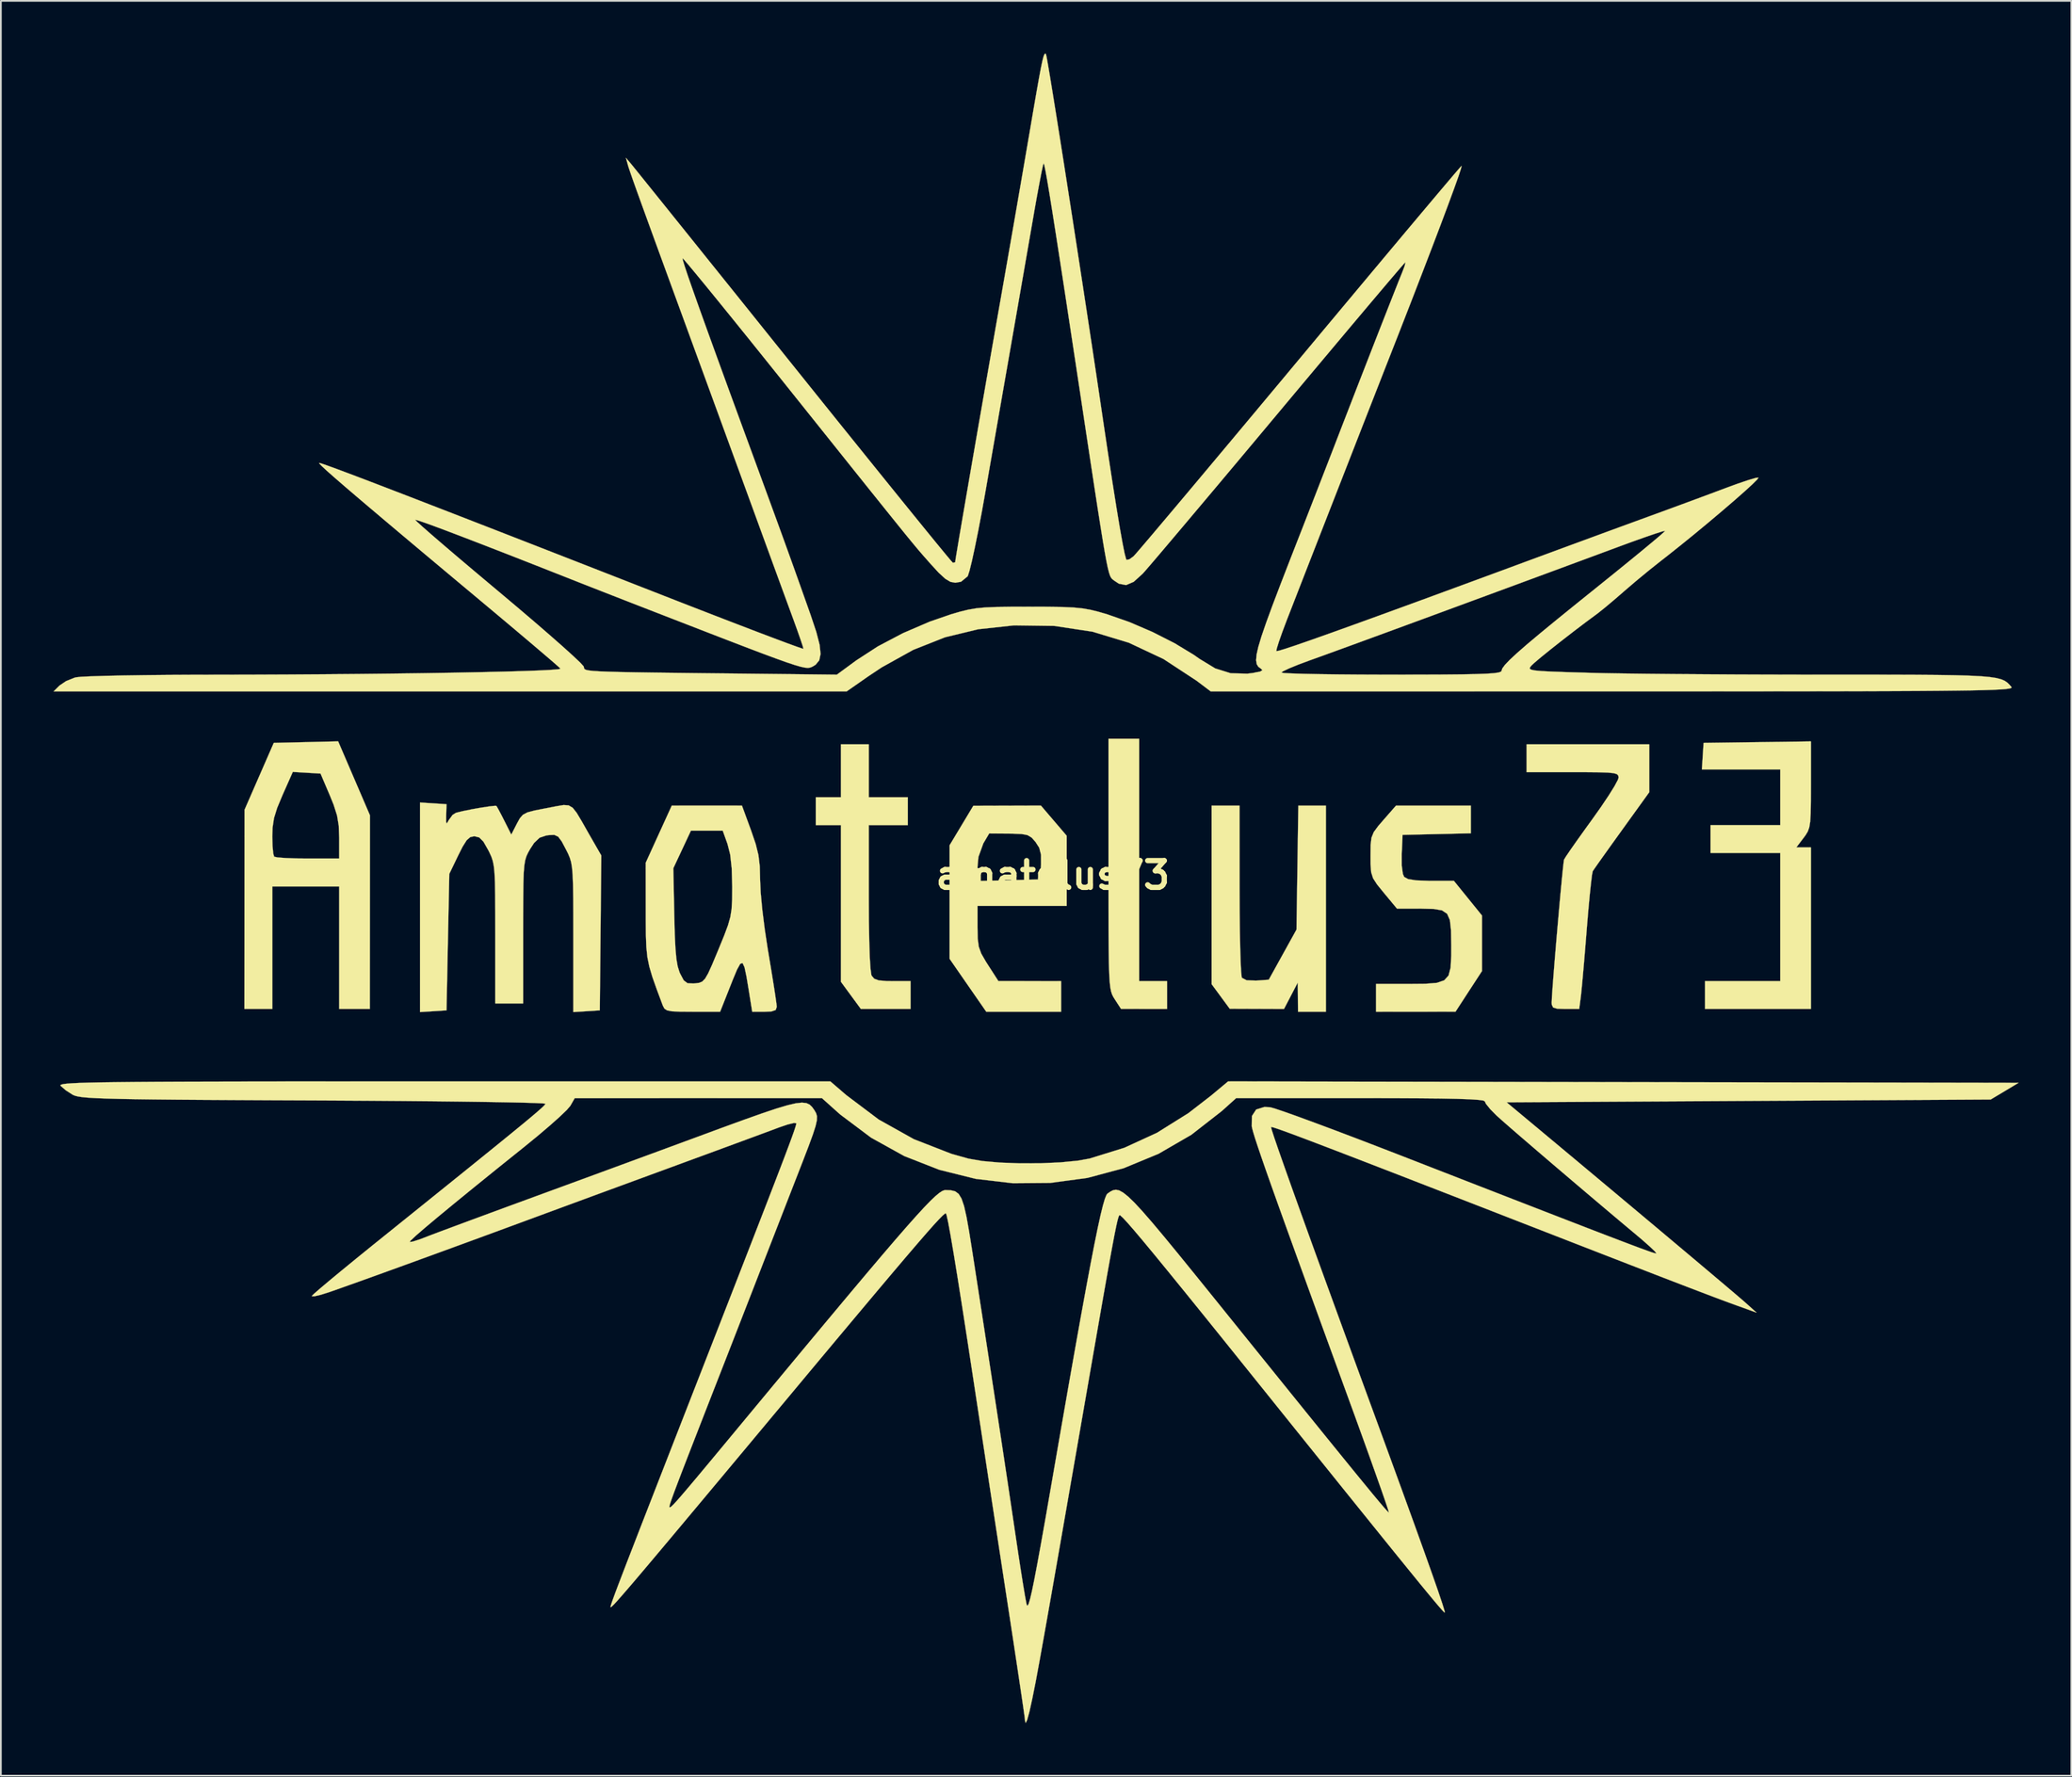
<source format=kicad_pcb>
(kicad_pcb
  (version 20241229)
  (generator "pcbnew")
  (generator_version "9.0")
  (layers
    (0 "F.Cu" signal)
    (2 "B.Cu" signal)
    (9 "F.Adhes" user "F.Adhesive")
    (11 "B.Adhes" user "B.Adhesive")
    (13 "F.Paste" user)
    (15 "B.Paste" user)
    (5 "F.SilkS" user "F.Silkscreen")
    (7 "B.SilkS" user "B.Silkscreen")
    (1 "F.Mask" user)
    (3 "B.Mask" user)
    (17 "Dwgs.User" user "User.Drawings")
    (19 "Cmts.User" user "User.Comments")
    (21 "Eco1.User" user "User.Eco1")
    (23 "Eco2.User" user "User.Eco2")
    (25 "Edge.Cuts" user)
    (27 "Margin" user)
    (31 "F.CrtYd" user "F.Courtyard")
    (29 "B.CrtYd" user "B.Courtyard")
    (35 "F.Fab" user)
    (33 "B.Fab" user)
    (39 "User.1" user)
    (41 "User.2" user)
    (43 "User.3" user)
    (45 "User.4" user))
  (footprint "amatelus73"
    (layer "F.Cu")
    (at 56.908 46.824)
    (property "Reference" "amatelus73" (at 0 0 0) (layer "F.SilkS") (effects (font (size 1.524 1.524) (thickness 0.3))))
    (attr through_hole)
    (fp_poly (pts (xy 4.921 6.032) (xy 6.509 6.032) (xy 6.509 7.62) (xy 5.199 7.618) (xy 3.889 7.616) (xy 3.532 7.065) (xy 3.448 6.93) (xy 3.378 6.789) (xy 3.321 6.614) (xy 3.276 6.376) (xy 3.241 6.043) (xy 3.215 5.588) (xy 3.197 4.981) (xy 3.186 4.192) (xy 3.179 3.191) (xy 3.176 1.951) (xy 3.175 0.44) (xy 3.175 -0.633) (xy 3.175 -7.779) (xy 4.921 -7.779) (xy 4.921 6.032)) (stroke (width 0.01) (type solid)) (fill yes) (layer "F.SilkS"))
    (fp_poly (pts (xy 43.18 -5.152) (xy 43.178 -4.213) (xy 43.167 -3.535) (xy 43.14 -3.059) (xy 43.087 -2.731) (xy 43.002 -2.491) (xy 42.877 -2.285) (xy 42.764 -2.133) (xy 42.349 -1.587) (xy 43.18 -1.587) (xy 43.18 7.62) (xy 37.148 7.62) (xy 37.148 6.032) (xy 41.434 6.032) (xy 41.434 -1.27) (xy 37.465 -1.27) (xy 37.465 -2.857) (xy 41.434 -2.857) (xy 41.434 -6.032) (xy 36.971 -6.032) (xy 37.02 -6.787) (xy 37.068 -7.541) (xy 40.124 -7.584) (xy 43.18 -7.627) (xy 43.18 -5.152)) (stroke (width 0.01) (type solid)) (fill yes) (layer "F.SilkS"))
    (fp_poly (pts (xy -10.477 -4.445) (xy -8.255 -4.445) (xy -8.255 -2.857) (xy -10.477 -2.857) (xy -10.477 1.28) (xy -10.471 2.615) (xy -10.452 3.748) (xy -10.423 4.652) (xy -10.382 5.301) (xy -10.333 5.668) (xy -10.313 5.725) (xy -10.167 5.897) (xy -9.908 5.992) (xy -9.455 6.029) (xy -9.123 6.032) (xy -8.096 6.032) (xy -8.096 7.62) (xy -10.927 7.62) (xy -11.496 6.845) (xy -12.065 6.069) (xy -12.065 -2.857) (xy -13.494 -2.857) (xy -13.494 -4.445) (xy -12.065 -4.445) (xy -12.065 -7.461) (xy -10.477 -7.461) (xy -10.477 -4.445)) (stroke (width 0.01) (type solid)) (fill yes) (layer "F.SilkS"))
    (fp_poly (pts (xy 10.639 0.833) (xy 10.644 2.044) (xy 10.656 3.156) (xy 10.675 4.129) (xy 10.7 4.922) (xy 10.729 5.494) (xy 10.761 5.805) (xy 10.773 5.844) (xy 11.041 5.984) (xy 11.57 6.005) (xy 11.604 6.003) (xy 12.303 5.953) (xy 13.883 3.096) (xy 13.935 -0.437) (xy 13.987 -3.969) (xy 15.557 -3.969) (xy 15.557 7.779) (xy 13.97 7.779) (xy 13.963 6.945) (xy 13.955 6.112) (xy 13.563 6.866) (xy 13.17 7.62) (xy 11.625 7.614) (xy 10.081 7.608) (xy 9.565 6.906) (xy 9.049 6.205) (xy 9.049 -3.969) (xy 10.636 -3.969) (xy 10.639 0.833)) (stroke (width 0.01) (type solid)) (fill yes) (layer "F.SilkS"))
    (fp_poly (pts (xy -38.887 -3.413) (xy -38.89 2.103) (xy -38.894 7.62) (xy -40.64 7.62) (xy -40.64 0.635) (xy -44.45 0.635) (xy -44.45 7.62) (xy -46.038 7.62) (xy -46.034 1.945) (xy -46.031 -2.209) (xy -44.451 -2.209) (xy -44.436 -1.66) (xy -44.396 -1.244) (xy -44.344 -1.058) (xy -44.152 -1.016) (xy -43.71 -0.982) (xy -43.087 -0.959) (xy -42.439 -0.953) (xy -40.64 -0.953) (xy -40.64 -2.128) (xy -40.665 -2.82) (xy -40.76 -3.403) (xy -40.957 -4.021) (xy -41.171 -4.549) (xy -41.702 -5.794) (xy -42.492 -5.841) (xy -43.282 -5.888) (xy -43.867 -4.571) (xy -44.173 -3.837) (xy -44.352 -3.258) (xy -44.435 -2.715) (xy -44.451 -2.209) (xy -46.031 -2.209) (xy -46.03 -3.731) (xy -45.198 -5.636) (xy -44.366 -7.541) (xy -42.533 -7.585) (xy -40.699 -7.63) (xy -38.887 -3.413)) (stroke (width 0.01) (type solid)) (fill yes) (layer "F.SilkS"))
    (fp_poly (pts (xy 0.06 -3.11) (xy 0.794 -2.251) (xy 0.794 1.746) (xy -4.286 1.746) (xy -4.286 2.964) (xy -4.274 3.613) (xy -4.214 4.07) (xy -4.072 4.463) (xy -3.812 4.916) (xy -3.691 5.106) (xy -3.096 6.03) (xy -1.31 6.031) (xy 0.476 6.032) (xy 0.476 7.779) (xy -3.785 7.779) (xy -4.83 6.271) (xy -5.874 4.763) (xy -5.874 -0.462) (xy -4.286 -0.462) (xy -4.286 0.328) (xy -2.5 0.283) (xy -0.714 0.238) (xy -0.666 -0.6) (xy -0.667 -1.17) (xy -0.771 -1.57) (xy -0.984 -1.901) (xy -1.2 -2.144) (xy -1.429 -2.283) (xy -1.765 -2.349) (xy -2.3 -2.371) (xy -2.485 -2.372) (xy -3.62 -2.381) (xy -3.953 -1.817) (xy -4.234 -1.042) (xy -4.286 -0.462) (xy -5.874 -0.462) (xy -5.874 -1.71) (xy -5.199 -2.834) (xy -4.524 -3.957) (xy -2.599 -3.963) (xy -0.674 -3.969) (xy 0.06 -3.11)) (stroke (width 0.01) (type solid)) (fill yes) (layer "F.SilkS"))
    (fp_poly (pts (xy 23.812 -2.391) (xy 21.868 -2.346) (xy 19.923 -2.302) (xy 19.876 -1.216) (xy 19.877 -0.546) (xy 19.941 -0.076) (xy 20.014 0.094) (xy 20.24 0.219) (xy 20.692 0.291) (xy 21.411 0.317) (xy 21.523 0.318) (xy 22.846 0.318) (xy 23.647 1.307) (xy 24.448 2.297) (xy 24.448 5.456) (xy 23.693 6.615) (xy 22.939 7.775) (xy 20.677 7.777) (xy 18.415 7.779) (xy 18.415 6.191) (xy 20.311 6.191) (xy 21.228 6.183) (xy 21.874 6.13) (xy 22.296 5.988) (xy 22.543 5.712) (xy 22.66 5.261) (xy 22.695 4.589) (xy 22.696 3.973) (xy 22.682 3.131) (xy 22.619 2.555) (xy 22.462 2.195) (xy 22.169 2) (xy 21.697 1.92) (xy 21.003 1.903) (xy 20.937 1.903) (xy 19.606 1.901) (xy 18.852 0.993) (xy 18.469 0.521) (xy 18.244 0.172) (xy 18.135 -0.172) (xy 18.1 -0.628) (xy 18.098 -1.11) (xy 18.104 -1.726) (xy 18.152 -2.137) (xy 18.282 -2.458) (xy 18.534 -2.801) (xy 18.824 -3.138) (xy 19.551 -3.969) (xy 23.812 -3.969) (xy 23.812 -2.391)) (stroke (width 0.01) (type solid)) (fill yes) (layer "F.SilkS"))
    (fp_poly (pts (xy 33.972 -4.73) (xy 32.411 -2.563) (xy 31.887 -1.834) (xy 31.426 -1.189) (xy 31.061 -0.676) (xy 30.826 -0.339) (xy 30.755 -0.232) (xy 30.714 -0.029) (xy 30.656 0.439) (xy 30.584 1.123) (xy 30.505 1.971) (xy 30.424 2.933) (xy 30.411 3.102) (xy 30.329 4.121) (xy 30.249 5.074) (xy 30.176 5.901) (xy 30.116 6.54) (xy 30.075 6.928) (xy 30.072 6.945) (xy 29.984 7.62) (xy 29.2 7.62) (xy 28.732 7.606) (xy 28.5 7.537) (xy 28.422 7.376) (xy 28.416 7.248) (xy 28.43 6.954) (xy 28.466 6.414) (xy 28.522 5.681) (xy 28.592 4.808) (xy 28.672 3.847) (xy 28.758 2.852) (xy 28.844 1.875) (xy 28.926 0.969) (xy 29 0.187) (xy 29.061 -0.418) (xy 29.104 -0.794) (xy 29.12 -0.89) (xy 29.231 -1.072) (xy 29.496 -1.463) (xy 29.884 -2.015) (xy 30.36 -2.681) (xy 30.704 -3.156) (xy 31.219 -3.882) (xy 31.659 -4.538) (xy 31.993 -5.074) (xy 32.189 -5.44) (xy 32.226 -5.56) (xy 32.211 -5.676) (xy 32.135 -5.759) (xy 31.954 -5.815) (xy 31.622 -5.849) (xy 31.094 -5.866) (xy 30.326 -5.873) (xy 29.607 -5.874) (xy 26.988 -5.874) (xy 26.988 -7.461) (xy 33.972 -7.461) (xy 33.972 -4.73)) (stroke (width 0.01) (type solid)) (fill yes) (layer "F.SilkS"))
    (fp_poly (pts (xy -19.699 -3.968) (xy -17.701 -3.967) (xy -17.185 -2.561) (xy -16.919 -1.784) (xy -16.762 -1.149) (xy -16.686 -0.512) (xy -16.667 0.256) (xy -16.634 0.994) (xy -16.543 1.96) (xy -16.404 3.071) (xy -16.226 4.246) (xy -16.192 4.445) (xy -16.039 5.363) (xy -15.906 6.185) (xy -15.802 6.855) (xy -15.737 7.316) (xy -15.718 7.501) (xy -15.781 7.679) (xy -16.022 7.761) (xy -16.416 7.779) (xy -17.116 7.779) (xy -17.3 6.628) (xy -17.44 5.784) (xy -17.554 5.245) (xy -17.666 5.002) (xy -17.799 5.046) (xy -17.978 5.368) (xy -18.225 5.96) (xy -18.334 6.236) (xy -18.945 7.779) (xy -20.509 7.779) (xy -21.228 7.774) (xy -21.693 7.752) (xy -21.968 7.698) (xy -22.116 7.599) (xy -22.2 7.443) (xy -22.209 7.422) (xy -22.552 6.504) (xy -22.803 5.794) (xy -22.976 5.21) (xy -23.086 4.672) (xy -23.146 4.098) (xy -23.172 3.407) (xy -23.179 2.518) (xy -23.179 2.015) (xy -23.181 -0.399) (xy -21.61 -0.399) (xy -21.555 2.301) (xy -21.528 3.369) (xy -21.489 4.172) (xy -21.436 4.763) (xy -21.361 5.194) (xy -21.26 5.518) (xy -21.222 5.605) (xy -21.017 5.989) (xy -20.804 6.151) (xy -20.468 6.168) (xy -20.38 6.161) (xy -20.146 6.132) (xy -19.965 6.061) (xy -19.804 5.898) (xy -19.628 5.596) (xy -19.405 5.106) (xy -19.101 4.38) (xy -19.037 4.225) (xy -18.715 3.439) (xy -18.497 2.854) (xy -18.362 2.379) (xy -18.29 1.923) (xy -18.261 1.394) (xy -18.255 0.703) (xy -18.255 0.653) (xy -18.283 -0.391) (xy -18.371 -1.184) (xy -18.525 -1.786) (xy -18.795 -2.54) (xy -20.608 -2.54) (xy -21.109 -1.469) (xy -21.61 -0.399) (xy -23.181 -0.399) (xy -23.181 -0.714) (xy -22.439 -2.342) (xy -21.697 -3.969) (xy -19.699 -3.968)) (stroke (width 0.01) (type solid)) (fill yes) (layer "F.SilkS"))
    (fp_poly (pts (xy -35.282 -4.097) (xy -34.528 -4.048) (xy -34.547 -3.413) (xy -34.549 -3.037) (xy -34.512 -2.944) (xy -34.42 -3.101) (xy -34.405 -3.132) (xy -34.182 -3.438) (xy -33.989 -3.559) (xy -33.601 -3.654) (xy -33.091 -3.758) (xy -32.552 -3.853) (xy -32.078 -3.925) (xy -31.761 -3.958) (xy -31.685 -3.951) (xy -31.589 -3.786) (xy -31.399 -3.427) (xy -31.234 -3.103) (xy -30.838 -2.316) (xy -30.517 -2.944) (xy -30.35 -3.247) (xy -30.176 -3.446) (xy -29.92 -3.582) (xy -29.506 -3.692) (xy -28.859 -3.818) (xy -28.817 -3.825) (xy -28.253 -3.936) (xy -27.856 -4.001) (xy -27.572 -3.982) (xy -27.342 -3.846) (xy -27.113 -3.556) (xy -26.826 -3.076) (xy -26.428 -2.372) (xy -26.369 -2.27) (xy -25.712 -1.127) (xy -25.797 7.699) (xy -26.551 7.748) (xy -27.305 7.796) (xy -27.305 3.575) (xy -27.306 2.308) (xy -27.31 1.316) (xy -27.321 0.556) (xy -27.343 -0.012) (xy -27.378 -0.431) (xy -27.43 -0.744) (xy -27.503 -0.993) (xy -27.598 -1.22) (xy -27.699 -1.423) (xy -27.964 -1.925) (xy -28.167 -2.198) (xy -28.385 -2.3) (xy -28.696 -2.288) (xy -28.848 -2.266) (xy -29.228 -2.139) (xy -29.54 -1.841) (xy -29.761 -1.502) (xy -29.883 -1.287) (xy -29.978 -1.083) (xy -30.048 -0.847) (xy -30.098 -0.538) (xy -30.131 -0.113) (xy -30.15 0.471) (xy -30.159 1.255) (xy -30.162 2.283) (xy -30.163 3.243) (xy -30.163 7.303) (xy -31.75 7.303) (xy -31.75 3.328) (xy -31.751 2.103) (xy -31.756 1.15) (xy -31.768 0.427) (xy -31.792 -0.111) (xy -31.831 -0.507) (xy -31.889 -0.806) (xy -31.97 -1.052) (xy -32.077 -1.288) (xy -32.15 -1.434) (xy -32.424 -1.913) (xy -32.663 -2.154) (xy -32.932 -2.222) (xy -32.942 -2.223) (xy -33.171 -2.176) (xy -33.377 -1.999) (xy -33.609 -1.632) (xy -33.852 -1.151) (xy -34.369 -0.079) (xy -34.449 3.81) (xy -34.528 7.699) (xy -35.282 7.748) (xy -36.036 7.796) (xy -36.036 -4.145) (xy -35.282 -4.097)) (stroke (width 0.01) (type solid)) (fill yes) (layer "F.SilkS"))
    (fp_poly (pts (xy 32.498 11.787) (xy 55.007 11.827) (xy 53.419 12.779) (xy 25.849 12.938) (xy 27.658 14.446) (xy 28.983 15.552) (xy 30.328 16.676) (xy 31.669 17.798) (xy 32.982 18.898) (xy 34.241 19.953) (xy 35.421 20.945) (xy 36.499 21.851) (xy 37.449 22.652) (xy 38.247 23.326) (xy 38.868 23.853) (xy 39.288 24.212) (xy 39.449 24.353) (xy 40.084 24.922) (xy 38.814 24.464) (xy 38.339 24.29) (xy 37.7 24.05) (xy 36.883 23.74) (xy 35.87 23.352) (xy 34.644 22.88) (xy 33.19 22.317) (xy 31.491 21.658) (xy 29.531 20.896) (xy 27.292 20.024) (xy 27.146 19.968) (xy 24.667 19.002) (xy 22.468 18.147) (xy 20.534 17.396) (xy 18.851 16.743) (xy 17.402 16.183) (xy 16.174 15.71) (xy 15.149 15.318) (xy 14.315 15.001) (xy 13.654 14.753) (xy 13.153 14.57) (xy 12.795 14.444) (xy 12.567 14.37) (xy 12.452 14.342) (xy 12.431 14.344) (xy 12.471 14.506) (xy 12.616 14.954) (xy 12.863 15.674) (xy 13.208 16.656) (xy 13.645 17.886) (xy 14.171 19.352) (xy 14.78 21.042) (xy 15.47 22.944) (xy 16.235 25.045) (xy 17.07 27.334) (xy 17.972 29.797) (xy 18.252 30.559) (xy 19.139 32.982) (xy 19.919 35.122) (xy 20.591 36.976) (xy 21.155 38.544) (xy 21.609 39.822) (xy 21.954 40.81) (xy 22.188 41.506) (xy 22.311 41.908) (xy 22.33 42.017) (xy 22.289 41.991) (xy 22.183 41.881) (xy 22.002 41.675) (xy 21.736 41.361) (xy 21.376 40.927) (xy 20.91 40.361) (xy 20.331 39.649) (xy 19.627 38.782) (xy 18.789 37.745) (xy 17.807 36.527) (xy 16.67 35.116) (xy 15.37 33.499) (xy 13.896 31.665) (xy 12.239 29.601) (xy 11.351 28.496) (xy 9.882 26.667) (xy 8.6 25.075) (xy 7.494 23.708) (xy 6.555 22.553) (xy 5.773 21.597) (xy 5.137 20.829) (xy 4.637 20.237) (xy 4.264 19.808) (xy 4.007 19.53) (xy 3.856 19.39) (xy 3.811 19.367) (xy 3.778 19.396) (xy 3.737 19.497) (xy 3.683 19.695) (xy 3.612 20.011) (xy 3.519 20.469) (xy 3.401 21.092) (xy 3.252 21.904) (xy 3.069 22.928) (xy 2.847 24.186) (xy 2.582 25.702) (xy 2.269 27.499) (xy 2.137 28.258) (xy 1.718 30.671) (xy 1.348 32.799) (xy 1.023 34.665) (xy 0.739 36.298) (xy 0.491 37.722) (xy 0.274 38.965) (xy 0.084 40.052) (xy -0.084 41.01) (xy -0.235 41.864) (xy -0.372 42.641) (xy -0.501 43.368) (xy -0.627 44.07) (xy -0.738 44.688) (xy -0.968 45.934) (xy -1.167 46.931) (xy -1.33 47.667) (xy -1.456 48.128) (xy -1.54 48.303) (xy -1.58 48.179) (xy -1.583 48.117) (xy -1.607 47.917) (xy -1.675 47.437) (xy -1.781 46.711) (xy -1.921 45.772) (xy -2.09 44.653) (xy -2.281 43.389) (xy -2.491 42.012) (xy -2.614 41.212) (xy -2.879 39.482) (xy -3.17 37.584) (xy -3.473 35.601) (xy -3.776 33.617) (xy -4.066 31.712) (xy -4.331 29.972) (xy -4.519 28.734) (xy -4.865 26.47) (xy -5.168 24.513) (xy -5.429 22.863) (xy -5.648 21.522) (xy -5.824 20.49) (xy -5.957 19.77) (xy -6.047 19.362) (xy -6.084 19.263) (xy -6.14 19.28) (xy -6.266 19.387) (xy -6.474 19.597) (xy -6.775 19.923) (xy -7.179 20.379) (xy -7.697 20.977) (xy -8.341 21.729) (xy -9.122 22.65) (xy -10.05 23.751) (xy -11.136 25.045) (xy -12.393 26.546) (xy -13.83 28.266) (xy -15.411 30.163) (xy -17.049 32.127) (xy -18.496 33.861) (xy -19.763 35.378) (xy -20.862 36.692) (xy -21.804 37.818) (xy -22.602 38.768) (xy -23.266 39.556) (xy -23.809 40.197) (xy -24.242 40.703) (xy -24.577 41.089) (xy -24.825 41.369) (xy -24.998 41.556) (xy -25.108 41.663) (xy -25.166 41.706) (xy -25.181 41.706) (xy -25.184 41.677) (xy -25.166 41.602) (xy -25.121 41.459) (xy -25.041 41.232) (xy -24.92 40.901) (xy -24.749 40.448) (xy -24.522 39.854) (xy -24.233 39.101) (xy -23.872 38.17) (xy -23.435 37.042) (xy -22.912 35.699) (xy -22.298 34.122) (xy -21.585 32.292) (xy -20.766 30.192) (xy -20.476 29.448) (xy -19.514 26.982) (xy -18.661 24.794) (xy -17.911 22.869) (xy -17.258 21.189) (xy -16.695 19.739) (xy -16.215 18.5) (xy -15.813 17.457) (xy -15.481 16.592) (xy -15.214 15.89) (xy -15.005 15.333) (xy -14.847 14.904) (xy -14.735 14.588) (xy -14.662 14.366) (xy -14.62 14.224) (xy -14.605 14.143) (xy -14.605 14.131) (xy -14.739 14.115) (xy -15.092 14.2) (xy -15.587 14.368) (xy -15.597 14.372) (xy -15.992 14.52) (xy -16.639 14.76) (xy -17.494 15.076) (xy -18.512 15.451) (xy -19.646 15.869) (xy -20.853 16.312) (xy -21.431 16.525) (xy -22.866 17.052) (xy -24.438 17.63) (xy -26.06 18.226) (xy -27.644 18.81) (xy -29.103 19.348) (xy -30.321 19.798) (xy -32.015 20.422) (xy -33.704 21.042) (xy -35.344 21.642) (xy -36.892 22.206) (xy -38.306 22.719) (xy -39.542 23.164) (xy -40.558 23.526) (xy -41.167 23.741) (xy -41.683 23.905) (xy -42.05 23.991) (xy -42.2 23.984) (xy -42.199 23.974) (xy -42.067 23.843) (xy -41.717 23.538) (xy -41.179 23.085) (xy -40.482 22.508) (xy -39.656 21.832) (xy -38.732 21.082) (xy -38.499 20.895) (xy -36.626 20.895) (xy -36.456 20.876) (xy -36.089 20.761) (xy -35.783 20.645) (xy -35.455 20.518) (xy -34.869 20.297) (xy -34.063 19.997) (xy -33.077 19.631) (xy -31.951 19.215) (xy -30.724 18.763) (xy -29.527 18.324) (xy -28.071 17.79) (xy -26.529 17.224) (xy -24.971 16.651) (xy -23.466 16.097) (xy -22.086 15.589) (xy -20.899 15.151) (xy -20.399 14.967) (xy -18.862 14.399) (xy -17.593 13.936) (xy -16.564 13.571) (xy -15.748 13.297) (xy -15.116 13.108) (xy -14.638 12.996) (xy -14.287 12.957) (xy -14.034 12.982) (xy -13.851 13.066) (xy -13.709 13.201) (xy -13.579 13.382) (xy -13.571 13.395) (xy -13.477 13.559) (xy -13.428 13.734) (xy -13.435 13.965) (xy -13.509 14.296) (xy -13.662 14.771) (xy -13.904 15.432) (xy -14.247 16.325) (xy -14.443 16.828) (xy -14.768 17.663) (xy -15.174 18.706) (xy -15.625 19.867) (xy -16.088 21.057) (xy -16.528 22.188) (xy -16.542 22.225) (xy -17.013 23.437) (xy -17.555 24.83) (xy -18.123 26.289) (xy -18.672 27.698) (xy -19.139 28.892) (xy -19.778 30.53) (xy -20.31 31.897) (xy -20.745 33.016) (xy -21.092 33.913) (xy -21.359 34.612) (xy -21.557 35.138) (xy -21.694 35.514) (xy -21.78 35.766) (xy -21.823 35.917) (xy -21.833 35.992) (xy -21.827 36.011) (xy -21.792 36.016) (xy -21.722 35.97) (xy -21.598 35.851) (xy -21.402 35.639) (xy -21.116 35.311) (xy -20.721 34.847) (xy -20.198 34.225) (xy -19.53 33.424) (xy -18.698 32.422) (xy -17.684 31.199) (xy -17.602 31.1) (xy -15.857 28.996) (xy -14.302 27.123) (xy -12.926 25.47) (xy -11.717 24.023) (xy -10.664 22.769) (xy -9.754 21.694) (xy -8.978 20.787) (xy -8.322 20.032) (xy -7.776 19.418) (xy -7.329 18.931) (xy -6.968 18.558) (xy -6.683 18.286) (xy -6.461 18.102) (xy -6.292 17.992) (xy -6.164 17.944) (xy -6.113 17.939) (xy -5.802 17.951) (xy -5.556 18.011) (xy -5.359 18.157) (xy -5.196 18.425) (xy -5.051 18.851) (xy -4.911 19.473) (xy -4.759 20.328) (xy -4.58 21.451) (xy -4.534 21.749) (xy -4.052 24.872) (xy -3.617 27.698) (xy -3.228 30.242) (xy -2.881 32.522) (xy -2.575 34.552) (xy -2.307 36.35) (xy -2.13 37.544) (xy -1.97 38.618) (xy -1.82 39.594) (xy -1.688 40.426) (xy -1.58 41.069) (xy -1.504 41.475) (xy -1.475 41.593) (xy -1.431 41.621) (xy -1.37 41.509) (xy -1.289 41.235) (xy -1.182 40.779) (xy -1.047 40.121) (xy -0.879 39.24) (xy -0.674 38.116) (xy -0.427 36.728) (xy -0.136 35.057) (xy 0.011 34.211) (xy 0.481 31.499) (xy 0.902 29.087) (xy 1.278 26.959) (xy 1.61 25.101) (xy 1.903 23.499) (xy 2.158 22.137) (xy 2.378 21.002) (xy 2.567 20.078) (xy 2.726 19.353) (xy 2.86 18.81) (xy 2.97 18.436) (xy 3.059 18.216) (xy 3.113 18.144) (xy 3.279 18.028) (xy 3.435 17.948) (xy 3.598 17.919) (xy 3.785 17.959) (xy 4.012 18.084) (xy 4.295 18.31) (xy 4.651 18.654) (xy 5.095 19.133) (xy 5.644 19.764) (xy 6.314 20.562) (xy 7.122 21.545) (xy 8.084 22.729) (xy 9.216 24.13) (xy 10.239 25.4) (xy 11.826 27.369) (xy 13.224 29.102) (xy 14.444 30.613) (xy 15.497 31.915) (xy 16.393 33.02) (xy 17.141 33.94) (xy 17.754 34.689) (xy 18.24 35.28) (xy 18.61 35.724) (xy 18.875 36.035) (xy 19.045 36.225) (xy 19.13 36.308) (xy 19.144 36.312) (xy 19.103 36.157) (xy 18.963 35.736) (xy 18.736 35.079) (xy 18.432 34.219) (xy 18.065 33.187) (xy 17.643 32.015) (xy 17.179 30.733) (xy 16.968 30.156) (xy 16.042 27.613) (xy 15.218 25.351) (xy 14.493 23.354) (xy 13.86 21.607) (xy 13.313 20.093) (xy 12.847 18.796) (xy 12.456 17.7) (xy 12.134 16.787) (xy 11.876 16.043) (xy 11.675 15.45) (xy 11.525 14.994) (xy 11.422 14.656) (xy 11.359 14.422) (xy 11.335 14.303) (xy 11.344 13.719) (xy 11.586 13.349) (xy 12.053 13.204) (xy 12.38 13.219) (xy 12.644 13.292) (xy 13.171 13.469) (xy 13.928 13.738) (xy 14.883 14.089) (xy 16.004 14.507) (xy 17.257 14.982) (xy 18.611 15.502) (xy 19.774 15.952) (xy 22.2 16.897) (xy 24.347 17.733) (xy 26.232 18.466) (xy 27.87 19.102) (xy 29.279 19.648) (xy 30.475 20.111) (xy 31.475 20.496) (xy 32.294 20.809) (xy 32.95 21.058) (xy 33.46 21.249) (xy 33.839 21.387) (xy 34.104 21.48) (xy 34.273 21.533) (xy 34.36 21.553) (xy 34.382 21.551) (xy 34.293 21.432) (xy 34.007 21.158) (xy 33.572 20.774) (xy 33.214 20.471) (xy 32.381 19.773) (xy 31.459 18.996) (xy 30.484 18.171) (xy 29.493 17.329) (xy 28.523 16.503) (xy 27.611 15.722) (xy 26.794 15.02) (xy 26.109 14.428) (xy 25.593 13.976) (xy 25.283 13.697) (xy 25.281 13.696) (xy 24.915 13.325) (xy 24.67 13.021) (xy 24.606 12.883) (xy 24.518 12.836) (xy 24.239 12.798) (xy 23.753 12.766) (xy 23.042 12.741) (xy 22.086 12.722) (xy 20.867 12.71) (xy 19.368 12.702) (xy 17.57 12.7) (xy 17.526 12.7) (xy 10.445 12.7) (xy 9.628 13.435) (xy 7.894 14.788) (xy 6.02 15.874) (xy 4.036 16.694) (xy 1.972 17.246) (xy -0.14 17.531) (xy -2.269 17.549) (xy -4.386 17.3) (xy -6.458 16.784) (xy -8.455 16.002) (xy -10.346 14.952) (xy -12.1 13.635) (xy -12.326 13.435) (xy -13.144 12.7) (xy -20.185 12.701) (xy -27.226 12.702) (xy -27.475 13.138) (xy -27.675 13.372) (xy -28.082 13.763) (xy -28.651 14.27) (xy -29.338 14.854) (xy -30.094 15.472) (xy -31.591 16.674) (xy -32.916 17.746) (xy -34.058 18.678) (xy -35.005 19.459) (xy -35.746 20.081) (xy -36.27 20.534) (xy -36.564 20.809) (xy -36.626 20.895) (xy -38.499 20.895) (xy -38.179 20.637) (xy -36.421 19.222) (xy -34.894 17.992) (xy -33.583 16.935) (xy -32.473 16.038) (xy -31.547 15.288) (xy -30.79 14.671) (xy -30.186 14.176) (xy -29.72 13.788) (xy -29.375 13.495) (xy -29.135 13.284) (xy -28.986 13.143) (xy -28.91 13.057) (xy -28.892 13.019) (xy -29.047 12.998) (xy -29.496 12.977) (xy -30.216 12.956) (xy -31.184 12.936) (xy -32.376 12.916) (xy -33.769 12.897) (xy -35.34 12.879) (xy -37.065 12.863) (xy -38.921 12.849) (xy -40.885 12.837) (xy -42.108 12.831) (xy -44.481 12.821) (xy -46.556 12.81) (xy -48.356 12.799) (xy -49.899 12.788) (xy -51.207 12.775) (xy -52.301 12.76) (xy -53.2 12.743) (xy -53.926 12.723) (xy -54.5 12.7) (xy -54.94 12.674) (xy -55.269 12.643) (xy -55.507 12.607) (xy -55.675 12.567) (xy -55.792 12.52) (xy -55.812 12.51) (xy -56.21 12.255) (xy -56.499 12.004) (xy -56.506 11.996) (xy -56.515 11.961) (xy -56.469 11.93) (xy -56.353 11.901) (xy -56.153 11.876) (xy -55.853 11.854) (xy -55.438 11.834) (xy -54.893 11.817) (xy -54.203 11.802) (xy -53.353 11.79) (xy -52.327 11.779) (xy -51.112 11.77) (xy -49.69 11.763) (xy -48.048 11.758) (xy -46.171 11.754) (xy -44.042 11.751) (xy -41.648 11.749) (xy -38.972 11.748) (xy -36 11.748) (xy -34.688 11.748) (xy -12.664 11.748) (xy -11.769 12.52) (xy -9.913 13.919) (xy -7.909 15.04) (xy -5.771 15.874) (xy -4.8 16.147) (xy -4.018 16.283) (xy -3.013 16.372) (xy -1.876 16.415) (xy -0.697 16.411) (xy 0.433 16.361) (xy 1.422 16.265) (xy 2.101 16.143) (xy 4.082 15.528) (xy 5.938 14.675) (xy 7.727 13.555) (xy 9.003 12.568) (xy 9.989 11.746) (xy 32.498 11.787)) (stroke (width 0.01) (type solid)) (fill yes) (layer "F.SilkS"))
    (fp_poly (pts (xy -0.39 -46.798) (xy -0.351 -46.63) (xy -0.27 -46.176) (xy -0.15 -45.464) (xy 0.004 -44.522) (xy 0.188 -43.377) (xy 0.398 -42.058) (xy 0.629 -40.593) (xy 0.876 -39.009) (xy 1.136 -37.335) (xy 1.404 -35.598) (xy 1.676 -33.826) (xy 1.947 -32.048) (xy 2.214 -30.29) (xy 2.471 -28.582) (xy 2.714 -26.951) (xy 2.849 -26.035) (xy 3.136 -24.111) (xy 3.394 -22.426) (xy 3.621 -20.992) (xy 3.815 -19.822) (xy 3.975 -18.926) (xy 4.097 -18.317) (xy 4.181 -18.007) (xy 4.201 -17.972) (xy 4.364 -18.002) (xy 4.597 -18.171) (xy 4.743 -18.332) (xy 5.077 -18.72) (xy 5.584 -19.316) (xy 6.249 -20.104) (xy 7.058 -21.063) (xy 7.995 -22.178) (xy 9.045 -23.431) (xy 10.193 -24.802) (xy 11.425 -26.276) (xy 12.725 -27.833) (xy 14.078 -29.456) (xy 14.08 -29.458) (xy 15.426 -31.073) (xy 16.714 -32.615) (xy 17.928 -34.068) (xy 19.055 -35.415) (xy 20.08 -36.639) (xy 20.989 -37.721) (xy 21.767 -38.646) (xy 22.4 -39.396) (xy 22.874 -39.954) (xy 23.174 -40.303) (xy 23.286 -40.425) (xy 23.286 -40.425) (xy 23.25 -40.26) (xy 23.106 -39.822) (xy 22.86 -39.133) (xy 22.522 -38.215) (xy 22.101 -37.089) (xy 21.603 -35.779) (xy 21.038 -34.307) (xy 20.415 -32.693) (xy 19.74 -30.96) (xy 19.21 -29.607) (xy 18.929 -28.891) (xy 18.551 -27.924) (xy 18.092 -26.751) (xy 17.571 -25.418) (xy 17.005 -23.968) (xy 16.412 -22.448) (xy 15.808 -20.901) (xy 15.212 -19.373) (xy 14.641 -17.909) (xy 14.113 -16.554) (xy 13.646 -15.353) (xy 13.335 -14.555) (xy 13.079 -13.875) (xy 12.88 -13.31) (xy 12.759 -12.921) (xy 12.735 -12.771) (xy 12.871 -12.792) (xy 13.237 -12.902) (xy 13.841 -13.103) (xy 14.69 -13.397) (xy 15.789 -13.787) (xy 17.146 -14.275) (xy 18.768 -14.863) (xy 20.66 -15.554) (xy 22.83 -16.351) (xy 25.284 -17.255) (xy 27.781 -18.178) (xy 28.996 -18.626) (xy 30.286 -19.101) (xy 31.566 -19.572) (xy 32.75 -20.006) (xy 33.753 -20.373) (xy 34.052 -20.482) (xy 35.064 -20.852) (xy 36.133 -21.246) (xy 37.155 -21.625) (xy 38.026 -21.95) (xy 38.318 -22.06) (xy 39.011 -22.314) (xy 39.599 -22.513) (xy 40.017 -22.636) (xy 40.195 -22.664) (xy 40.125 -22.554) (xy 39.844 -22.275) (xy 39.388 -21.858) (xy 38.794 -21.335) (xy 38.096 -20.736) (xy 37.332 -20.092) (xy 36.537 -19.433) (xy 35.747 -18.792) (xy 34.999 -18.197) (xy 34.687 -17.954) (xy 34 -17.409) (xy 33.236 -16.779) (xy 32.552 -16.194) (xy 32.507 -16.154) (xy 31.961 -15.682) (xy 31.447 -15.25) (xy 31.052 -14.934) (xy 30.965 -14.869) (xy 30.349 -14.413) (xy 29.669 -13.896) (xy 28.98 -13.362) (xy 28.338 -12.855) (xy 27.798 -12.417) (xy 27.415 -12.092) (xy 27.264 -11.949) (xy 27.182 -11.85) (xy 27.165 -11.773) (xy 27.246 -11.714) (xy 27.463 -11.669) (xy 27.85 -11.634) (xy 28.442 -11.604) (xy 29.275 -11.574) (xy 30.385 -11.541) (xy 30.583 -11.535) (xy 31.419 -11.515) (xy 32.529 -11.497) (xy 33.872 -11.48) (xy 35.405 -11.465) (xy 37.085 -11.453) (xy 38.87 -11.442) (xy 40.717 -11.435) (xy 42.584 -11.431) (xy 43.849 -11.43) (xy 45.894 -11.43) (xy 47.647 -11.428) (xy 49.13 -11.423) (xy 50.369 -11.413) (xy 51.387 -11.397) (xy 52.209 -11.373) (xy 52.858 -11.34) (xy 53.359 -11.296) (xy 53.737 -11.239) (xy 54.015 -11.167) (xy 54.218 -11.08) (xy 54.369 -10.976) (xy 54.494 -10.852) (xy 54.601 -10.726) (xy 54.609 -10.692) (xy 54.563 -10.661) (xy 54.448 -10.633) (xy 54.249 -10.608) (xy 53.952 -10.586) (xy 53.542 -10.566) (xy 53.003 -10.549) (xy 52.322 -10.534) (xy 51.482 -10.522) (xy 50.471 -10.511) (xy 49.271 -10.502) (xy 47.87 -10.495) (xy 46.251 -10.489) (xy 44.401 -10.485) (xy 42.304 -10.482) (xy 39.945 -10.48) (xy 37.31 -10.478) (xy 34.384 -10.478) (xy 31.903 -10.478) (xy 8.998 -10.477) (xy 8.19 -11.087) (xy 6.311 -12.32) (xy 4.338 -13.249) (xy 2.267 -13.878) (xy 0.091 -14.208) (xy -2.194 -14.239) (xy -2.209 -14.239) (xy -4.24 -14.019) (xy -6.132 -13.561) (xy -7.945 -12.844) (xy -9.739 -11.847) (xy -10.512 -11.332) (xy -11.737 -10.477) (xy -56.903 -10.477) (xy -56.574 -10.806) (xy -56.199 -11.061) (xy -55.705 -11.259) (xy -55.626 -11.279) (xy -55.342 -11.309) (xy -54.775 -11.336) (xy -53.961 -11.362) (xy -52.935 -11.384) (xy -51.733 -11.402) (xy -50.389 -11.416) (xy -48.939 -11.424) (xy -47.784 -11.426) (xy -45.695 -11.43) (xy -43.616 -11.439) (xy -41.569 -11.452) (xy -39.578 -11.469) (xy -37.668 -11.49) (xy -35.862 -11.514) (xy -34.185 -11.541) (xy -32.659 -11.571) (xy -31.31 -11.602) (xy -30.16 -11.635) (xy -29.234 -11.669) (xy -28.555 -11.704) (xy -28.148 -11.739) (xy -28.034 -11.772) (xy -28.171 -11.901) (xy -28.523 -12.209) (xy -29.064 -12.672) (xy -29.763 -13.267) (xy -30.595 -13.97) (xy -31.529 -14.756) (xy -32.433 -15.513) (xy -34.291 -17.067) (xy -35.915 -18.428) (xy -37.315 -19.605) (xy -38.087 -20.256) (xy -36.312 -20.256) (xy -36.208 -20.144) (xy -35.886 -19.852) (xy -35.37 -19.4) (xy -34.688 -18.812) (xy -33.864 -18.109) (xy -32.924 -17.314) (xy -31.893 -16.448) (xy -31.581 -16.186) (xy -30.521 -15.294) (xy -29.538 -14.457) (xy -28.66 -13.697) (xy -27.912 -13.039) (xy -27.323 -12.506) (xy -26.917 -12.122) (xy -26.723 -11.91) (xy -26.711 -11.886) (xy -26.7 -11.828) (xy -26.687 -11.778) (xy -26.649 -11.736) (xy -26.563 -11.699) (xy -26.409 -11.668) (xy -26.163 -11.641) (xy -25.804 -11.619) (xy -25.309 -11.599) (xy -24.658 -11.581) (xy -23.826 -11.565) (xy -22.793 -11.549) (xy -21.537 -11.533) (xy -20.035 -11.515) (xy -18.265 -11.496) (xy -16.205 -11.473) (xy -15.633 -11.467) (xy -12.296 -11.43) (xy -11.188 -12.244) (xy -9.958 -13.043) (xy -8.524 -13.798) (xy -7.001 -14.453) (xy -5.794 -14.869) (xy -5.271 -15.022) (xy -4.814 -15.133) (xy -4.361 -15.211) (xy -3.845 -15.26) (xy -3.202 -15.287) (xy -2.367 -15.299) (xy -1.349 -15.301) (xy -0.274 -15.298) (xy 0.548 -15.286) (xy 1.183 -15.257) (xy 1.695 -15.206) (xy 2.149 -15.127) (xy 2.61 -15.013) (xy 3.096 -14.871) (xy 4.365 -14.428) (xy 5.683 -13.861) (xy 6.94 -13.222) (xy 8.03 -12.562) (xy 8.354 -12.334) (xy 9.255 -11.786) (xy 10.133 -11.511) (xy 11.08 -11.486) (xy 11.398 -11.525) (xy 11.524 -11.549) (xy 13.019 -11.549) (xy 13.172 -11.523) (xy 13.608 -11.499) (xy 14.294 -11.477) (xy 15.197 -11.459) (xy 16.282 -11.445) (xy 17.515 -11.435) (xy 18.863 -11.43) (xy 19.288 -11.43) (xy 20.901 -11.432) (xy 22.222 -11.437) (xy 23.28 -11.447) (xy 24.099 -11.463) (xy 24.707 -11.485) (xy 25.131 -11.515) (xy 25.396 -11.553) (xy 25.529 -11.601) (xy 25.559 -11.646) (xy 25.604 -11.783) (xy 25.752 -11.985) (xy 26.021 -12.268) (xy 26.431 -12.65) (xy 27 -13.148) (xy 27.748 -13.776) (xy 28.693 -14.553) (xy 29.854 -15.494) (xy 31 -16.416) (xy 31.956 -17.187) (xy 32.825 -17.893) (xy 33.578 -18.51) (xy 34.186 -19.015) (xy 34.619 -19.382) (xy 34.849 -19.59) (xy 34.878 -19.626) (xy 34.718 -19.593) (xy 34.313 -19.464) (xy 33.714 -19.258) (xy 32.971 -18.993) (xy 32.453 -18.803) (xy 30.235 -17.981) (xy 28.062 -17.177) (xy 25.96 -16.4) (xy 23.953 -15.66) (xy 22.067 -14.964) (xy 20.326 -14.323) (xy 18.756 -13.746) (xy 17.382 -13.242) (xy 16.228 -12.821) (xy 15.319 -12.49) (xy 14.682 -12.261) (xy 14.646 -12.248) (xy 13.987 -12.003) (xy 13.457 -11.786) (xy 13.115 -11.623) (xy 13.019 -11.549) (xy 11.524 -11.549) (xy 11.811 -11.605) (xy 11.942 -11.687) (xy 11.849 -11.777) (xy 11.708 -11.881) (xy 11.617 -12.031) (xy 11.582 -12.253) (xy 11.61 -12.573) (xy 11.71 -13.017) (xy 11.888 -13.612) (xy 12.153 -14.385) (xy 12.511 -15.362) (xy 12.97 -16.569) (xy 13.537 -18.033) (xy 13.81 -18.733) (xy 14.265 -19.895) (xy 14.73 -21.089) (xy 15.178 -22.241) (xy 15.581 -23.278) (xy 15.91 -24.127) (xy 16.034 -24.448) (xy 16.45 -25.526) (xy 16.903 -26.694) (xy 17.375 -27.912) (xy 17.852 -29.136) (xy 18.315 -30.325) (xy 18.75 -31.437) (xy 19.14 -32.43) (xy 19.468 -33.263) (xy 19.717 -33.893) (xy 19.873 -34.279) (xy 19.894 -34.33) (xy 20.035 -34.699) (xy 20.087 -34.907) (xy 20.079 -34.925) (xy 19.968 -34.806) (xy 19.671 -34.463) (xy 19.204 -33.916) (xy 18.582 -33.182) (xy 17.823 -32.283) (xy 16.943 -31.238) (xy 15.959 -30.066) (xy 14.886 -28.787) (xy 13.741 -27.42) (xy 12.882 -26.392) (xy 11.678 -24.952) (xy 10.52 -23.569) (xy 9.426 -22.265) (xy 8.414 -21.062) (xy 7.503 -19.98) (xy 6.711 -19.042) (xy 6.057 -18.269) (xy 5.557 -17.683) (xy 5.231 -17.306) (xy 5.123 -17.185) (xy 4.611 -16.721) (xy 4.176 -16.535) (xy 3.764 -16.615) (xy 3.503 -16.788) (xy 3.434 -16.84) (xy 3.373 -16.892) (xy 3.317 -16.964) (xy 3.261 -17.077) (xy 3.203 -17.253) (xy 3.137 -17.514) (xy 3.061 -17.88) (xy 2.97 -18.373) (xy 2.861 -19.013) (xy 2.73 -19.824) (xy 2.572 -20.825) (xy 2.385 -22.039) (xy 2.165 -23.486) (xy 1.907 -25.187) (xy 1.609 -27.165) (xy 1.348 -28.892) (xy 0.989 -31.258) (xy 0.675 -33.322) (xy 0.402 -35.098) (xy 0.169 -36.6) (xy -0.026 -37.839) (xy -0.186 -38.831) (xy -0.313 -39.587) (xy -0.409 -40.12) (xy -0.476 -40.444) (xy -0.515 -40.573) (xy -0.516 -40.574) (xy -0.558 -40.442) (xy -0.644 -40.045) (xy -0.763 -39.427) (xy -0.909 -38.638) (xy -1.071 -37.724) (xy -1.082 -37.656) (xy -1.262 -36.62) (xy -1.481 -35.361) (xy -1.722 -33.972) (xy -1.971 -32.543) (xy -2.211 -31.165) (xy -2.317 -30.559) (xy -2.554 -29.199) (xy -2.828 -27.63) (xy -3.119 -25.958) (xy -3.41 -24.288) (xy -3.683 -22.724) (xy -3.824 -21.914) (xy -4.034 -20.739) (xy -4.24 -19.652) (xy -4.433 -18.696) (xy -4.602 -17.916) (xy -4.74 -17.355) (xy -4.836 -17.056) (xy -4.849 -17.033) (xy -5.224 -16.724) (xy -5.548 -16.669) (xy -5.824 -16.718) (xy -6.121 -16.895) (xy -6.499 -17.243) (xy -6.955 -17.74) (xy -7.145 -17.956) (xy -7.316 -18.149) (xy -7.481 -18.339) (xy -7.657 -18.544) (xy -7.857 -18.783) (xy -8.098 -19.075) (xy -8.394 -19.436) (xy -8.759 -19.888) (xy -9.209 -20.446) (xy -9.76 -21.132) (xy -10.425 -21.961) (xy -11.22 -22.954) (xy -12.159 -24.129) (xy -13.258 -25.504) (xy -14.532 -27.098) (xy -15.356 -28.129) (xy -16.397 -29.428) (xy -17.378 -30.649) (xy -18.282 -31.769) (xy -19.09 -32.766) (xy -19.786 -33.62) (xy -20.351 -34.307) (xy -20.767 -34.807) (xy -21.018 -35.097) (xy -21.087 -35.164) (xy -21.065 -35.037) (xy -20.959 -34.691) (xy -20.767 -34.115) (xy -20.483 -33.302) (xy -20.107 -32.241) (xy -19.633 -30.924) (xy -19.06 -29.343) (xy -18.384 -27.487) (xy -17.601 -25.349) (xy -17.066 -23.892) (xy -16.53 -22.43) (xy -16.082 -21.207) (xy -15.701 -20.164) (xy -15.366 -19.243) (xy -15.056 -18.385) (xy -14.749 -17.531) (xy -14.425 -16.622) (xy -14.062 -15.599) (xy -13.794 -14.843) (xy -13.469 -13.87) (xy -13.28 -13.14) (xy -13.224 -12.613) (xy -13.299 -12.247) (xy -13.503 -11.999) (xy -13.632 -11.917) (xy -13.728 -11.867) (xy -13.827 -11.831) (xy -13.951 -11.816) (xy -14.125 -11.832) (xy -14.371 -11.886) (xy -14.713 -11.986) (xy -15.173 -12.139) (xy -15.775 -12.355) (xy -16.543 -12.64) (xy -17.498 -13.003) (xy -18.666 -13.452) (xy -20.068 -13.995) (xy -21.728 -14.639) (xy -22.939 -15.109) (xy -23.984 -15.516) (xy -25.072 -15.94) (xy -26.113 -16.348) (xy -27.015 -16.702) (xy -27.543 -16.911) (xy -29.355 -17.626) (xy -30.996 -18.27) (xy -32.447 -18.834) (xy -33.693 -19.314) (xy -34.717 -19.703) (xy -35.502 -19.994) (xy -36.032 -20.18) (xy -36.289 -20.256) (xy -36.312 -20.256) (xy -38.087 -20.256) (xy -38.503 -20.608) (xy -39.49 -21.444) (xy -40.285 -22.124) (xy -40.9 -22.656) (xy -41.345 -23.05) (xy -41.631 -23.315) (xy -41.769 -23.459) (xy -41.779 -23.495) (xy -41.641 -23.459) (xy -41.317 -23.347) (xy -40.796 -23.158) (xy -40.07 -22.886) (xy -39.131 -22.53) (xy -37.969 -22.085) (xy -36.576 -21.548) (xy -34.942 -20.915) (xy -33.059 -20.184) (xy -30.918 -19.351) (xy -28.51 -18.412) (xy -25.827 -17.364) (xy -22.859 -16.203) (xy -22.146 -15.924) (xy -20.662 -15.345) (xy -19.265 -14.803) (xy -17.982 -14.308) (xy -16.839 -13.87) (xy -15.867 -13.502) (xy -15.092 -13.211) (xy -14.541 -13.011) (xy -14.244 -12.911) (xy -14.199 -12.902) (xy -14.238 -13.056) (xy -14.368 -13.446) (xy -14.566 -14.011) (xy -14.781 -14.605) (xy -15.066 -15.381) (xy -15.419 -16.345) (xy -15.801 -17.389) (xy -16.171 -18.402) (xy -16.263 -18.653) (xy -16.817 -20.172) (xy -17.442 -21.883) (xy -18.109 -23.709) (xy -18.791 -25.575) (xy -19.46 -27.406) (xy -20.088 -29.124) (xy -20.648 -30.655) (xy -20.874 -31.274) (xy -21.573 -33.185) (xy -22.17 -34.819) (xy -22.673 -36.197) (xy -23.089 -37.341) (xy -23.426 -38.27) (xy -23.692 -39.008) (xy -23.894 -39.573) (xy -24.039 -39.988) (xy -24.136 -40.273) (xy -24.192 -40.45) (xy -24.2 -40.481) (xy -24.309 -40.878) (xy -24.021 -40.539) (xy -23.881 -40.367) (xy -23.557 -39.966) (xy -23.064 -39.353) (xy -22.415 -38.547) (xy -21.627 -37.566) (xy -20.713 -36.429) (xy -19.689 -35.152) (xy -18.567 -33.755) (xy -17.364 -32.256) (xy -16.094 -30.672) (xy -14.777 -29.03) (xy -13.46 -27.388) (xy -12.198 -25.817) (xy -11.005 -24.336) (xy -9.897 -22.961) (xy -8.887 -21.711) (xy -7.99 -20.603) (xy -7.219 -19.654) (xy -6.59 -18.883) (xy -6.115 -18.306) (xy -5.81 -17.941) (xy -5.689 -17.807) (xy -5.689 -17.806) (xy -5.559 -17.832) (xy -5.556 -17.849) (xy -5.53 -18.032) (xy -5.453 -18.498) (xy -5.333 -19.215) (xy -5.173 -20.153) (xy -4.979 -21.283) (xy -4.757 -22.573) (xy -4.511 -23.993) (xy -4.248 -25.512) (xy -3.971 -27.101) (xy -3.687 -28.728) (xy -3.4 -30.364) (xy -3.117 -31.978) (xy -3.017 -32.544) (xy -2.749 -34.069) (xy -2.459 -35.73) (xy -2.161 -37.439) (xy -1.872 -39.109) (xy -1.606 -40.653) (xy -1.378 -41.983) (xy -1.349 -42.148) (xy -1.119 -43.5) (xy -0.934 -44.57) (xy -0.788 -45.39) (xy -0.676 -45.99) (xy -0.59 -46.401) (xy -0.524 -46.656) (xy -0.472 -46.785) (xy -0.427 -46.819) (xy -0.39 -46.798)) (stroke (width 0.01) (type solid)) (fill yes) (layer "F.SilkS")))
  (gr_rect
    (start -3 -3)
    (end 114.92 98.133)
    (stroke (width 0.1) (type default))
    (fill no)
    (layer "Edge.Cuts")))
</source>
